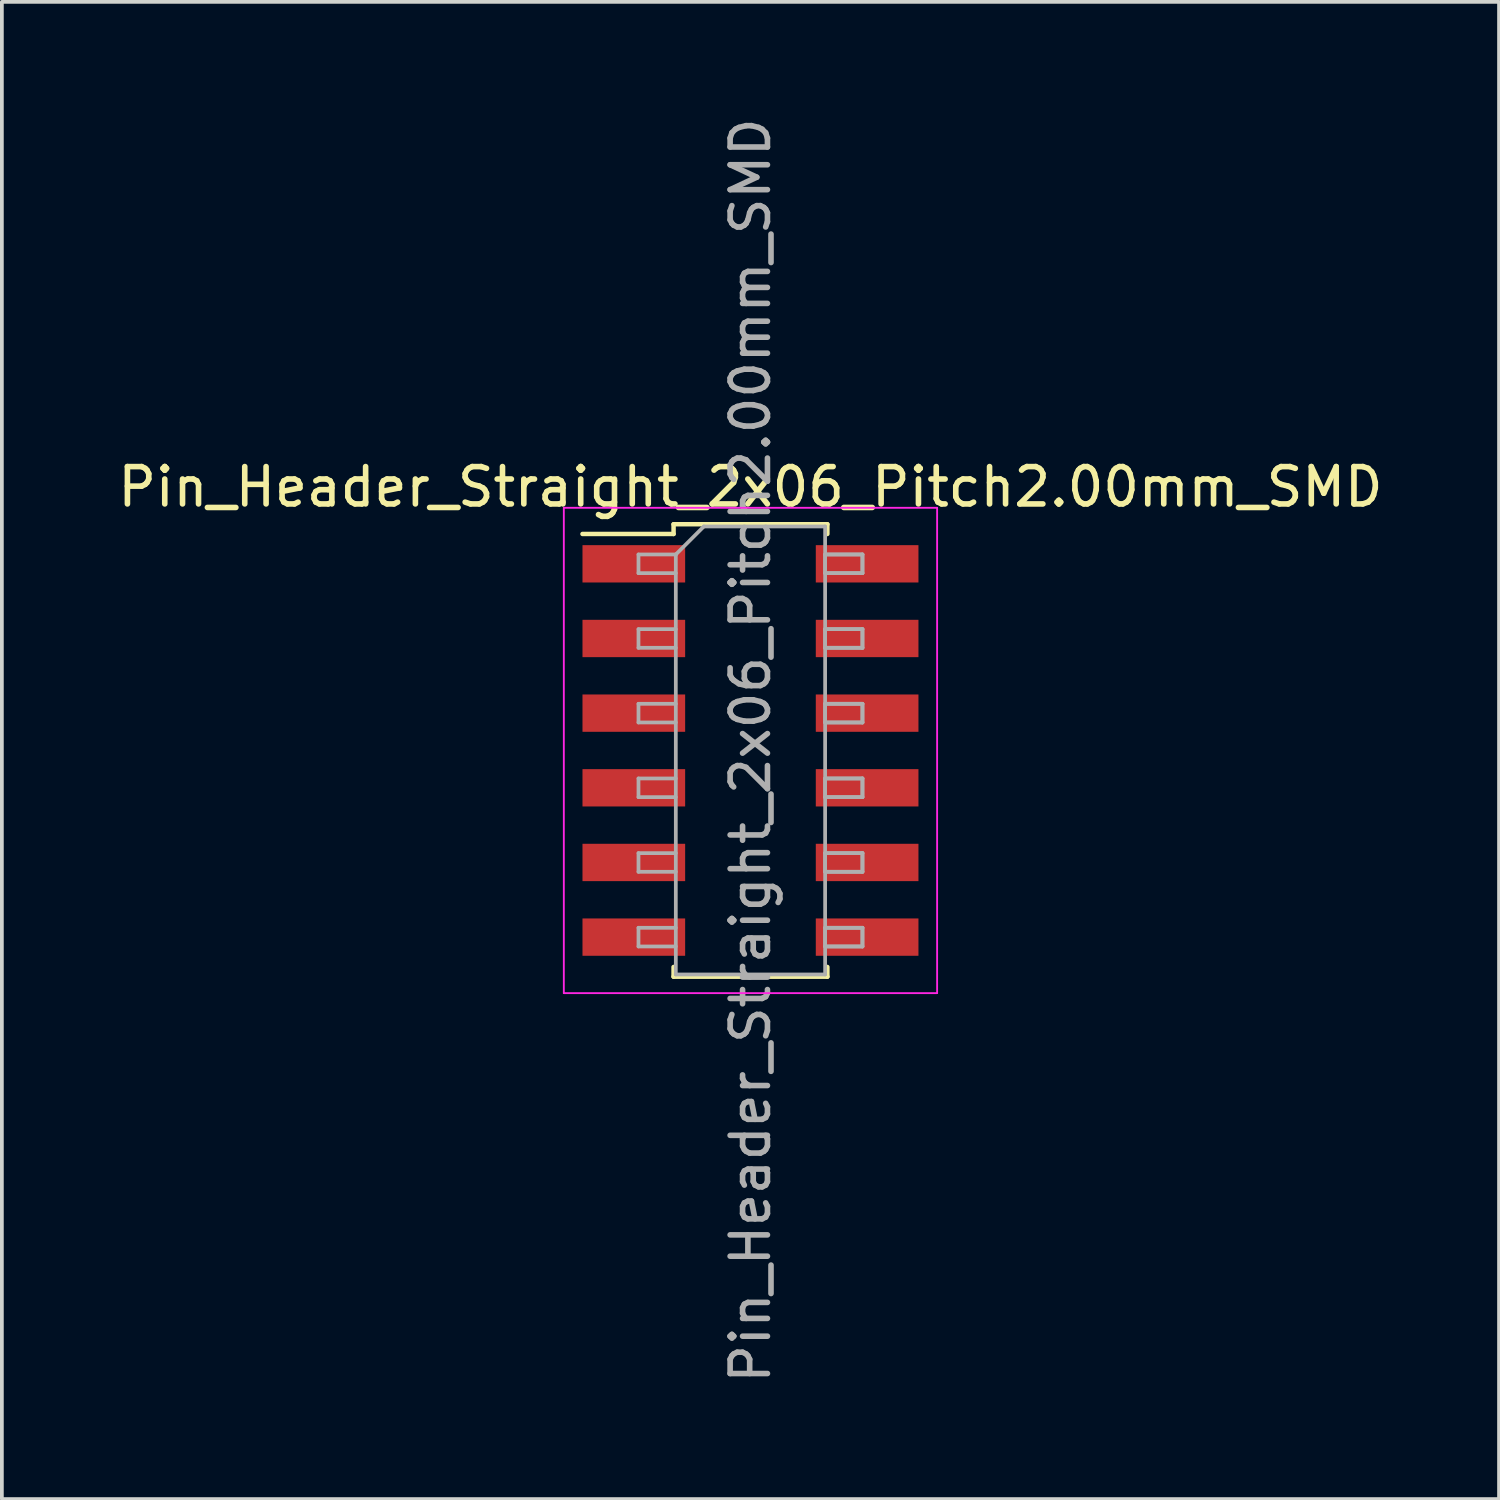
<source format=kicad_pcb>
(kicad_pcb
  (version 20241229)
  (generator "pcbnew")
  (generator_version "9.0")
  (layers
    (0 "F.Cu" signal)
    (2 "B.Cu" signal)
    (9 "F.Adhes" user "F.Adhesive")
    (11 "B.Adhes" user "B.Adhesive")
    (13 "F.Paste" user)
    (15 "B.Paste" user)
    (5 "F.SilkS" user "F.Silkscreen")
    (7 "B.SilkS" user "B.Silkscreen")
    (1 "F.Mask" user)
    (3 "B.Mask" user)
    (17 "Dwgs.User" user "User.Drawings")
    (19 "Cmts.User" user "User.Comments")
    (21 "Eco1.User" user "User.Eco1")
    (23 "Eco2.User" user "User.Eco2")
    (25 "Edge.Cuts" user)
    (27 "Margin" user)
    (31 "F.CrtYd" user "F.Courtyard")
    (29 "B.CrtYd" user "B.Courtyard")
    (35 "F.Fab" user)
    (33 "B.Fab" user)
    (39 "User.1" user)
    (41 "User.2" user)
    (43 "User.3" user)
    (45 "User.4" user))
  (footprint "Pin_Header_Straight_2x06_Pitch2.00mm_SMD"
    (layer "F.Cu")
    (at 17.054 17.054)
    (property "Reference" "Pin_Header_Straight_2x06_Pitch2.00mm_SMD" (at 0 -7.06 0) (layer "F.SilkS") (effects (font (size 1 1) (thickness 0.15))))
    (attr smd)
    (fp_line (start -4.5 -5.8) (end -2.06 -5.8) (stroke (width 0.12) (type solid)) (layer "F.SilkS"))
    (fp_line (start -2.06 -6.06) (end 2.06 -6.06) (stroke (width 0.12) (type solid)) (layer "F.SilkS"))
    (fp_line (start -2.06 -5.8) (end -2.06 -6.06) (stroke (width 0.12) (type solid)) (layer "F.SilkS"))
    (fp_line (start -2.06 5.8) (end -2.06 6.06) (stroke (width 0.12) (type solid)) (layer "F.SilkS"))
    (fp_line (start -2.06 6.06) (end 2.06 6.06) (stroke (width 0.12) (type solid)) (layer "F.SilkS"))
    (fp_line (start 2.06 -6.06) (end 2.06 -5.8) (stroke (width 0.12) (type solid)) (layer "F.SilkS"))
    (fp_line (start 2.06 6.06) (end 2.06 5.8) (stroke (width 0.12) (type solid)) (layer "F.SilkS"))
    (fp_line (start -5 -6.5) (end -5 6.5) (stroke (width 0.05) (type solid)) (layer "F.CrtYd"))
    (fp_line (start -5 6.5) (end 5 6.5) (stroke (width 0.05) (type solid)) (layer "F.CrtYd"))
    (fp_line (start 5 -6.5) (end -5 -6.5) (stroke (width 0.05) (type solid)) (layer "F.CrtYd"))
    (fp_line (start 5 6.5) (end 5 -6.5) (stroke (width 0.05) (type solid)) (layer "F.CrtYd"))
    (fp_line (start -3 -5.25) (end -3 -4.75) (stroke (width 0.1) (type solid)) (layer "F.Fab"))
    (fp_line (start -3 -4.75) (end -2 -4.75) (stroke (width 0.1) (type solid)) (layer "F.Fab"))
    (fp_line (start -3 -3.25) (end -3 -2.75) (stroke (width 0.1) (type solid)) (layer "F.Fab"))
    (fp_line (start -3 -2.75) (end -2 -2.75) (stroke (width 0.1) (type solid)) (layer "F.Fab"))
    (fp_line (start -3 -1.25) (end -3 -0.75) (stroke (width 0.1) (type solid)) (layer "F.Fab"))
    (fp_line (start -3 -0.75) (end -2 -0.75) (stroke (width 0.1) (type solid)) (layer "F.Fab"))
    (fp_line (start -3 0.75) (end -3 1.25) (stroke (width 0.1) (type solid)) (layer "F.Fab"))
    (fp_line (start -3 1.25) (end -2 1.25) (stroke (width 0.1) (type solid)) (layer "F.Fab"))
    (fp_line (start -3 2.75) (end -3 3.25) (stroke (width 0.1) (type solid)) (layer "F.Fab"))
    (fp_line (start -3 3.25) (end -2 3.25) (stroke (width 0.1) (type solid)) (layer "F.Fab"))
    (fp_line (start -3 4.75) (end -3 5.25) (stroke (width 0.1) (type solid)) (layer "F.Fab"))
    (fp_line (start -3 5.25) (end -2 5.25) (stroke (width 0.1) (type solid)) (layer "F.Fab"))
    (fp_line (start -2 -5.25) (end -3 -5.25) (stroke (width 0.1) (type solid)) (layer "F.Fab"))
    (fp_line (start -2 -5.25) (end -1.25 -6) (stroke (width 0.1) (type solid)) (layer "F.Fab"))
    (fp_line (start -2 -3.25) (end -3 -3.25) (stroke (width 0.1) (type solid)) (layer "F.Fab"))
    (fp_line (start -2 -1.25) (end -3 -1.25) (stroke (width 0.1) (type solid)) (layer "F.Fab"))
    (fp_line (start -2 0.75) (end -3 0.75) (stroke (width 0.1) (type solid)) (layer "F.Fab"))
    (fp_line (start -2 2.75) (end -3 2.75) (stroke (width 0.1) (type solid)) (layer "F.Fab"))
    (fp_line (start -2 4.75) (end -3 4.75) (stroke (width 0.1) (type solid)) (layer "F.Fab"))
    (fp_line (start -2 6) (end -2 -5.25) (stroke (width 0.1) (type solid)) (layer "F.Fab"))
    (fp_line (start -1.25 -6) (end 2 -6) (stroke (width 0.1) (type solid)) (layer "F.Fab"))
    (fp_line (start 2 -6) (end 2 6) (stroke (width 0.1) (type solid)) (layer "F.Fab"))
    (fp_line (start 2 -5.25) (end 2 -4.75) (stroke (width 0.1) (type solid)) (layer "F.Fab"))
    (fp_line (start 2 -5.25) (end 3 -5.25) (stroke (width 0.1) (type solid)) (layer "F.Fab"))
    (fp_line (start 2 -4.75) (end 3 -4.75) (stroke (width 0.1) (type solid)) (layer "F.Fab"))
    (fp_line (start 2 -3.25) (end 2 -2.75) (stroke (width 0.1) (type solid)) (layer "F.Fab"))
    (fp_line (start 2 -3.25) (end 3 -3.25) (stroke (width 0.1) (type solid)) (layer "F.Fab"))
    (fp_line (start 2 -2.75) (end 3 -2.75) (stroke (width 0.1) (type solid)) (layer "F.Fab"))
    (fp_line (start 2 -1.25) (end 2 -0.75) (stroke (width 0.1) (type solid)) (layer "F.Fab"))
    (fp_line (start 2 -1.25) (end 3 -1.25) (stroke (width 0.1) (type solid)) (layer "F.Fab"))
    (fp_line (start 2 -0.75) (end 3 -0.75) (stroke (width 0.1) (type solid)) (layer "F.Fab"))
    (fp_line (start 2 0.75) (end 2 1.25) (stroke (width 0.1) (type solid)) (layer "F.Fab"))
    (fp_line (start 2 0.75) (end 3 0.75) (stroke (width 0.1) (type solid)) (layer "F.Fab"))
    (fp_line (start 2 1.25) (end 3 1.25) (stroke (width 0.1) (type solid)) (layer "F.Fab"))
    (fp_line (start 2 2.75) (end 2 3.25) (stroke (width 0.1) (type solid)) (layer "F.Fab"))
    (fp_line (start 2 2.75) (end 3 2.75) (stroke (width 0.1) (type solid)) (layer "F.Fab"))
    (fp_line (start 2 3.25) (end 3 3.25) (stroke (width 0.1) (type solid)) (layer "F.Fab"))
    (fp_line (start 2 4.75) (end 2 5.25) (stroke (width 0.1) (type solid)) (layer "F.Fab"))
    (fp_line (start 2 4.75) (end 3 4.75) (stroke (width 0.1) (type solid)) (layer "F.Fab"))
    (fp_line (start 2 5.25) (end 3 5.25) (stroke (width 0.1) (type solid)) (layer "F.Fab"))
    (fp_line (start 2 6) (end -2 6) (stroke (width 0.1) (type solid)) (layer "F.Fab"))
    (fp_line (start 3 -5.25) (end 2 -5.25) (stroke (width 0.1) (type solid)) (layer "F.Fab"))
    (fp_line (start 3 -5.25) (end 3 -4.75) (stroke (width 0.1) (type solid)) (layer "F.Fab"))
    (fp_line (start 3 -4.75) (end 2 -4.75) (stroke (width 0.1) (type solid)) (layer "F.Fab"))
    (fp_line (start 3 -4.75) (end 3 -5.25) (stroke (width 0.1) (type solid)) (layer "F.Fab"))
    (fp_line (start 3 -3.25) (end 2 -3.25) (stroke (width 0.1) (type solid)) (layer "F.Fab"))
    (fp_line (start 3 -3.25) (end 3 -2.75) (stroke (width 0.1) (type solid)) (layer "F.Fab"))
    (fp_line (start 3 -2.75) (end 2 -2.75) (stroke (width 0.1) (type solid)) (layer "F.Fab"))
    (fp_line (start 3 -2.75) (end 3 -3.25) (stroke (width 0.1) (type solid)) (layer "F.Fab"))
    (fp_line (start 3 -1.25) (end 2 -1.25) (stroke (width 0.1) (type solid)) (layer "F.Fab"))
    (fp_line (start 3 -1.25) (end 3 -0.75) (stroke (width 0.1) (type solid)) (layer "F.Fab"))
    (fp_line (start 3 -0.75) (end 2 -0.75) (stroke (width 0.1) (type solid)) (layer "F.Fab"))
    (fp_line (start 3 -0.75) (end 3 -1.25) (stroke (width 0.1) (type solid)) (layer "F.Fab"))
    (fp_line (start 3 0.75) (end 2 0.75) (stroke (width 0.1) (type solid)) (layer "F.Fab"))
    (fp_line (start 3 0.75) (end 3 1.25) (stroke (width 0.1) (type solid)) (layer "F.Fab"))
    (fp_line (start 3 1.25) (end 2 1.25) (stroke (width 0.1) (type solid)) (layer "F.Fab"))
    (fp_line (start 3 1.25) (end 3 0.75) (stroke (width 0.1) (type solid)) (layer "F.Fab"))
    (fp_line (start 3 2.75) (end 2 2.75) (stroke (width 0.1) (type solid)) (layer "F.Fab"))
    (fp_line (start 3 2.75) (end 3 3.25) (stroke (width 0.1) (type solid)) (layer "F.Fab"))
    (fp_line (start 3 3.25) (end 2 3.25) (stroke (width 0.1) (type solid)) (layer "F.Fab"))
    (fp_line (start 3 3.25) (end 3 2.75) (stroke (width 0.1) (type solid)) (layer "F.Fab"))
    (fp_line (start 3 4.75) (end 2 4.75) (stroke (width 0.1) (type solid)) (layer "F.Fab"))
    (fp_line (start 3 4.75) (end 3 5.25) (stroke (width 0.1) (type solid)) (layer "F.Fab"))
    (fp_line (start 3 5.25) (end 2 5.25) (stroke (width 0.1) (type solid)) (layer "F.Fab"))
    (fp_line (start 3 5.25) (end 3 4.75) (stroke (width 0.1) (type solid)) (layer "F.Fab"))
    (fp_text user "${REFERENCE}" (at 0 0 90) (layer "F.Fab") (effects (font (size 1 1) (thickness 0.15))))
    (pad "1" smd rect (at -3.125 -5) (size 2.75 1) (layers "F.Cu" "F.Mask"))
    (pad "2" smd rect (at 3.125 -5) (size 2.75 1) (layers "F.Cu" "F.Mask"))
    (pad "3" smd rect (at -3.125 -3) (size 2.75 1) (layers "F.Cu" "F.Mask"))
    (pad "4" smd rect (at 3.125 -3) (size 2.75 1) (layers "F.Cu" "F.Mask"))
    (pad "5" smd rect (at -3.125 -1) (size 2.75 1) (layers "F.Cu" "F.Mask"))
    (pad "6" smd rect (at 3.125 -1) (size 2.75 1) (layers "F.Cu" "F.Mask"))
    (pad "7" smd rect (at -3.125 1) (size 2.75 1) (layers "F.Cu" "F.Mask"))
    (pad "8" smd rect (at 3.125 1) (size 2.75 1) (layers "F.Cu" "F.Mask"))
    (pad "9" smd rect (at -3.125 3) (size 2.75 1) (layers "F.Cu" "F.Mask"))
    (pad "10" smd rect (at 3.125 3) (size 2.75 1) (layers "F.Cu" "F.Mask"))
    (pad "11" smd rect (at -3.125 5) (size 2.75 1) (layers "F.Cu" "F.Mask"))
    (pad "12" smd rect (at 3.125 5) (size 2.75 1) (layers "F.Cu" "F.Mask")))
  (gr_rect
    (start -3 -3)
    (end 37.107 37.107)
    (stroke (width 0.1) (type default))
    (fill no)
    (layer "Edge.Cuts")))
</source>
